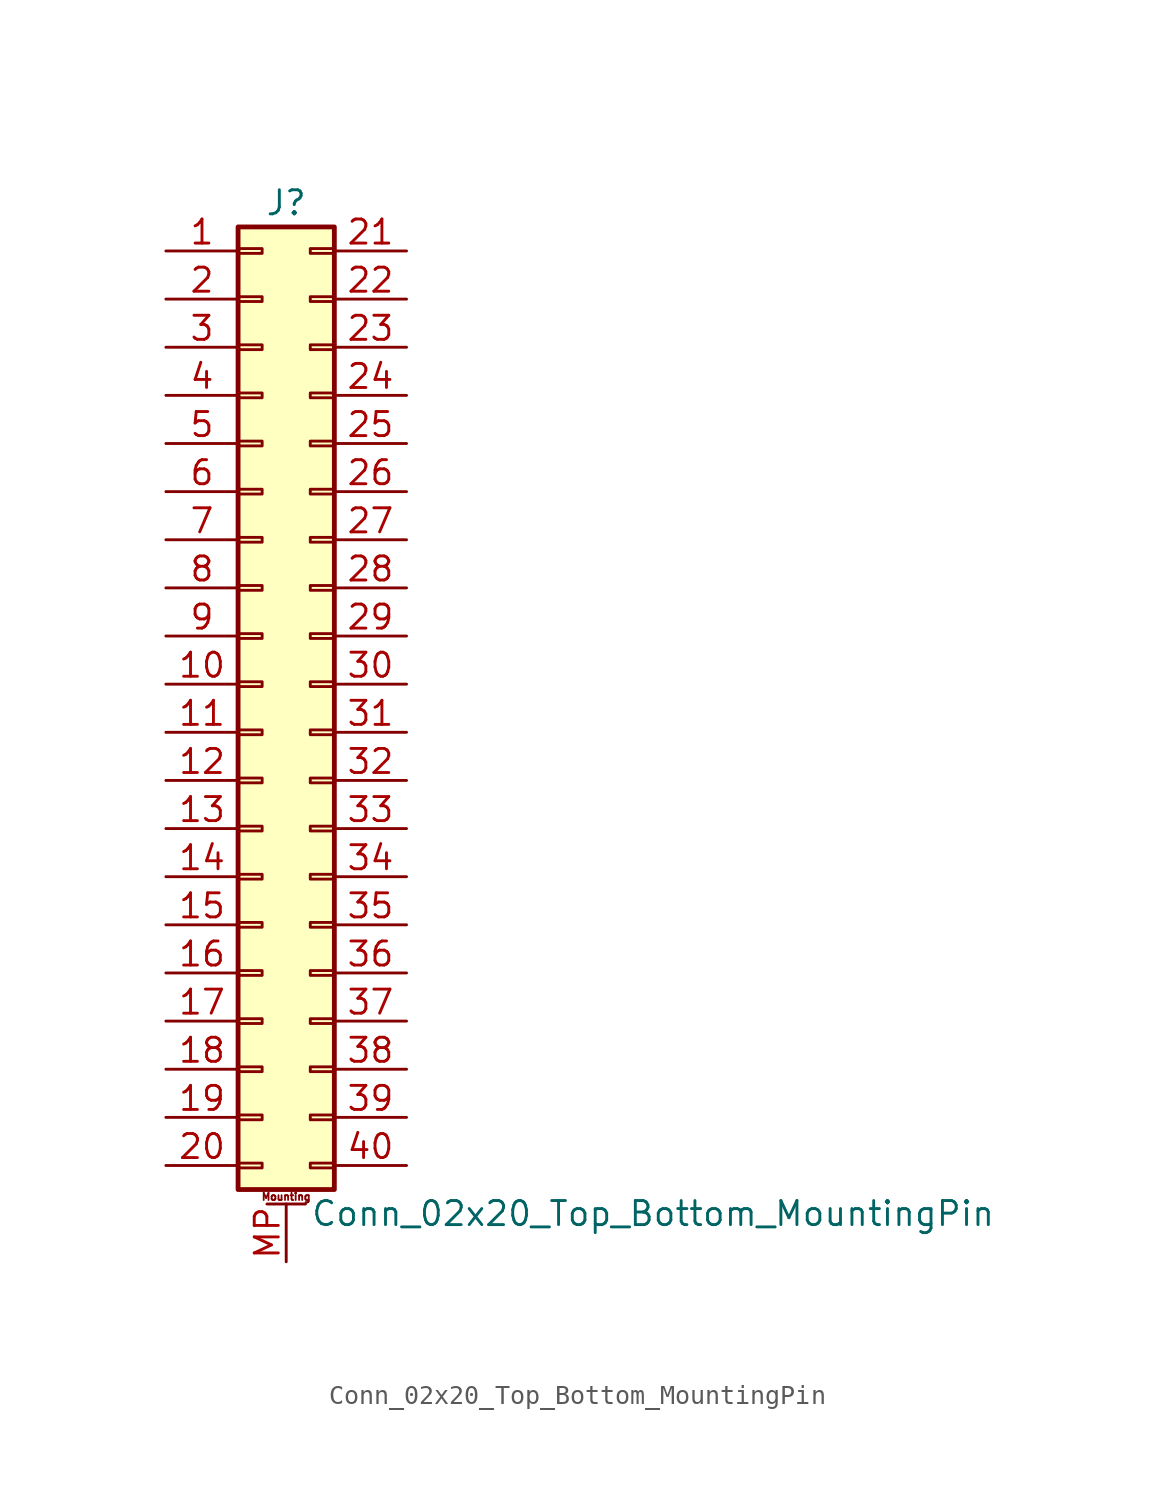
<source format=kicad_sym>
(kicad_symbol_lib
  (version 20201005)
  (generator kicad_symbol_editor)
  (symbol "Conn_02x20_Top_Bottom_MountingPin"
    (pin_names
      (offset 1.016) hide)
    (property "Reference" "J"
      (at 1.27 25.4 0)
      (effects (font (size 1.27 1.27))))
    (property "Value" "Conn_02x20_Top_Bottom_MountingPin"
      (at 2.54 -27.94 0)
      (effects (font (size 1.27 1.27)) (justify left)))
    (symbol "Conn_02x20_Top_Bottom_MountingPin_1_1"
      (text "Mounting" (at 1.27 -27.051 0) (effects (font (size 0.381 0.381))))
      (rectangle (start -1.27 -25.273) (end 0 -25.527) (stroke (width 0.152)) (fill (type none)))
      (rectangle (start -1.27 -22.733) (end 0 -22.987) (stroke (width 0.152)) (fill (type none)))
      (rectangle (start -1.27 -20.193) (end 0 -20.447) (stroke (width 0.152)) (fill (type none)))
      (rectangle (start -1.27 -17.653) (end 0 -17.907) (stroke (width 0.152)) (fill (type none)))
      (rectangle (start -1.27 -15.113) (end 0 -15.367) (stroke (width 0.152)) (fill (type none)))
      (rectangle (start -1.27 -12.573) (end 0 -12.827) (stroke (width 0.152)) (fill (type none)))
      (rectangle (start -1.27 -10.033) (end 0 -10.287) (stroke (width 0.152)) (fill (type none)))
      (rectangle (start -1.27 -7.493) (end 0 -7.747) (stroke (width 0.152)) (fill (type none)))
      (rectangle (start -1.27 -4.953) (end 0 -5.207) (stroke (width 0.152)) (fill (type none)))
      (rectangle (start -1.27 -2.413) (end 0 -2.667) (stroke (width 0.152)) (fill (type none)))
      (rectangle (start -1.27 0.127) (end 0 -0.127) (stroke (width 0.152)) (fill (type none)))
      (rectangle (start -1.27 2.667) (end 0 2.413) (stroke (width 0.152)) (fill (type none)))
      (rectangle (start -1.27 5.207) (end 0 4.953) (stroke (width 0.152)) (fill (type none)))
      (rectangle (start -1.27 7.747) (end 0 7.493) (stroke (width 0.152)) (fill (type none)))
      (rectangle (start -1.27 10.287) (end 0 10.033) (stroke (width 0.152)) (fill (type none)))
      (rectangle (start -1.27 12.827) (end 0 12.573) (stroke (width 0.152)) (fill (type none)))
      (rectangle (start -1.27 15.367) (end 0 15.113) (stroke (width 0.152)) (fill (type none)))
      (rectangle (start -1.27 17.907) (end 0 17.653) (stroke (width 0.152)) (fill (type none)))
      (rectangle (start -1.27 20.447) (end 0 20.193) (stroke (width 0.152)) (fill (type none)))
      (rectangle (start -1.27 22.987) (end 0 22.733) (stroke (width 0.152)) (fill (type none)))
      (rectangle (start 3.81 -25.273) (end 2.54 -25.527) (stroke (width 0.152)) (fill (type none)))
      (rectangle (start 3.81 -22.733) (end 2.54 -22.987) (stroke (width 0.152)) (fill (type none)))
      (rectangle (start 3.81 -20.193) (end 2.54 -20.447) (stroke (width 0.152)) (fill (type none)))
      (rectangle (start 3.81 -17.653) (end 2.54 -17.907) (stroke (width 0.152)) (fill (type none)))
      (rectangle (start 3.81 -15.113) (end 2.54 -15.367) (stroke (width 0.152)) (fill (type none)))
      (rectangle (start 3.81 -12.573) (end 2.54 -12.827) (stroke (width 0.152)) (fill (type none)))
      (rectangle (start 3.81 -10.033) (end 2.54 -10.287) (stroke (width 0.152)) (fill (type none)))
      (rectangle (start 3.81 -7.493) (end 2.54 -7.747) (stroke (width 0.152)) (fill (type none)))
      (rectangle (start 3.81 -4.953) (end 2.54 -5.207) (stroke (width 0.152)) (fill (type none)))
      (rectangle (start 3.81 -2.413) (end 2.54 -2.667) (stroke (width 0.152)) (fill (type none)))
      (rectangle (start 3.81 0.127) (end 2.54 -0.127) (stroke (width 0.152)) (fill (type none)))
      (rectangle (start 3.81 2.667) (end 2.54 2.413) (stroke (width 0.152)) (fill (type none)))
      (rectangle (start 3.81 5.207) (end 2.54 4.953) (stroke (width 0.152)) (fill (type none)))
      (rectangle (start 3.81 7.747) (end 2.54 7.493) (stroke (width 0.152)) (fill (type none)))
      (rectangle (start 3.81 10.287) (end 2.54 10.033) (stroke (width 0.152)) (fill (type none)))
      (rectangle (start 3.81 12.827) (end 2.54 12.573) (stroke (width 0.152)) (fill (type none)))
      (rectangle (start 3.81 15.367) (end 2.54 15.113) (stroke (width 0.152)) (fill (type none)))
      (rectangle (start 3.81 17.907) (end 2.54 17.653) (stroke (width 0.152)) (fill (type none)))
      (rectangle (start 3.81 20.447) (end 2.54 20.193) (stroke (width 0.152)) (fill (type none)))
      (rectangle (start 3.81 22.987) (end 2.54 22.733) (stroke (width 0.152)) (fill (type none)))
      (rectangle (start -1.27 24.13) (end 3.81 -26.67) (stroke (width 0.254)) (fill (type background)))
      (polyline (pts (xy 0.254 -27.432) (xy 2.286 -27.432)) (stroke (width 0.152)) (fill (type none)))
      (pin passive line (at -5.08 22.86 0) (length 3.81) (name "Pin_1" (effects (font (size 1.27 1.27)))) (number "1" (effects (font (size 1.27 1.27)))))
      (pin passive line (at -5.08 0 0) (length 3.81) (name "Pin_10" (effects (font (size 1.27 1.27)))) (number "10" (effects (font (size 1.27 1.27)))))
      (pin passive line (at -5.08 -2.54 0) (length 3.81) (name "Pin_11" (effects (font (size 1.27 1.27)))) (number "11" (effects (font (size 1.27 1.27)))))
      (pin passive line (at -5.08 -5.08 0) (length 3.81) (name "Pin_12" (effects (font (size 1.27 1.27)))) (number "12" (effects (font (size 1.27 1.27)))))
      (pin passive line (at -5.08 -7.62 0) (length 3.81) (name "Pin_13" (effects (font (size 1.27 1.27)))) (number "13" (effects (font (size 1.27 1.27)))))
      (pin passive line (at -5.08 -10.16 0) (length 3.81) (name "Pin_14" (effects (font (size 1.27 1.27)))) (number "14" (effects (font (size 1.27 1.27)))))
      (pin passive line (at -5.08 -12.7 0) (length 3.81) (name "Pin_15" (effects (font (size 1.27 1.27)))) (number "15" (effects (font (size 1.27 1.27)))))
      (pin passive line (at -5.08 -15.24 0) (length 3.81) (name "Pin_16" (effects (font (size 1.27 1.27)))) (number "16" (effects (font (size 1.27 1.27)))))
      (pin passive line (at -5.08 -17.78 0) (length 3.81) (name "Pin_17" (effects (font (size 1.27 1.27)))) (number "17" (effects (font (size 1.27 1.27)))))
      (pin passive line (at -5.08 -20.32 0) (length 3.81) (name "Pin_18" (effects (font (size 1.27 1.27)))) (number "18" (effects (font (size 1.27 1.27)))))
      (pin passive line (at -5.08 -22.86 0) (length 3.81) (name "Pin_19" (effects (font (size 1.27 1.27)))) (number "19" (effects (font (size 1.27 1.27)))))
      (pin passive line (at -5.08 20.32 0) (length 3.81) (name "Pin_2" (effects (font (size 1.27 1.27)))) (number "2" (effects (font (size 1.27 1.27)))))
      (pin passive line (at -5.08 -25.4 0) (length 3.81) (name "Pin_20" (effects (font (size 1.27 1.27)))) (number "20" (effects (font (size 1.27 1.27)))))
      (pin passive line (at 7.62 22.86 180) (length 3.81) (name "Pin_21" (effects (font (size 1.27 1.27)))) (number "21" (effects (font (size 1.27 1.27)))))
      (pin passive line (at 7.62 20.32 180) (length 3.81) (name "Pin_22" (effects (font (size 1.27 1.27)))) (number "22" (effects (font (size 1.27 1.27)))))
      (pin passive line (at 7.62 17.78 180) (length 3.81) (name "Pin_23" (effects (font (size 1.27 1.27)))) (number "23" (effects (font (size 1.27 1.27)))))
      (pin passive line (at 7.62 15.24 180) (length 3.81) (name "Pin_24" (effects (font (size 1.27 1.27)))) (number "24" (effects (font (size 1.27 1.27)))))
      (pin passive line (at 7.62 12.7 180) (length 3.81) (name "Pin_25" (effects (font (size 1.27 1.27)))) (number "25" (effects (font (size 1.27 1.27)))))
      (pin passive line (at 7.62 10.16 180) (length 3.81) (name "Pin_26" (effects (font (size 1.27 1.27)))) (number "26" (effects (font (size 1.27 1.27)))))
      (pin passive line (at 7.62 7.62 180) (length 3.81) (name "Pin_27" (effects (font (size 1.27 1.27)))) (number "27" (effects (font (size 1.27 1.27)))))
      (pin passive line (at 7.62 5.08 180) (length 3.81) (name "Pin_28" (effects (font (size 1.27 1.27)))) (number "28" (effects (font (size 1.27 1.27)))))
      (pin passive line (at 7.62 2.54 180) (length 3.81) (name "Pin_29" (effects (font (size 1.27 1.27)))) (number "29" (effects (font (size 1.27 1.27)))))
      (pin passive line (at -5.08 17.78 0) (length 3.81) (name "Pin_3" (effects (font (size 1.27 1.27)))) (number "3" (effects (font (size 1.27 1.27)))))
      (pin passive line (at 7.62 0 180) (length 3.81) (name "Pin_30" (effects (font (size 1.27 1.27)))) (number "30" (effects (font (size 1.27 1.27)))))
      (pin passive line (at 7.62 -2.54 180) (length 3.81) (name "Pin_31" (effects (font (size 1.27 1.27)))) (number "31" (effects (font (size 1.27 1.27)))))
      (pin passive line (at 7.62 -5.08 180) (length 3.81) (name "Pin_32" (effects (font (size 1.27 1.27)))) (number "32" (effects (font (size 1.27 1.27)))))
      (pin passive line (at 7.62 -7.62 180) (length 3.81) (name "Pin_33" (effects (font (size 1.27 1.27)))) (number "33" (effects (font (size 1.27 1.27)))))
      (pin passive line (at 7.62 -10.16 180) (length 3.81) (name "Pin_34" (effects (font (size 1.27 1.27)))) (number "34" (effects (font (size 1.27 1.27)))))
      (pin passive line (at 7.62 -12.7 180) (length 3.81) (name "Pin_35" (effects (font (size 1.27 1.27)))) (number "35" (effects (font (size 1.27 1.27)))))
      (pin passive line (at 7.62 -15.24 180) (length 3.81) (name "Pin_36" (effects (font (size 1.27 1.27)))) (number "36" (effects (font (size 1.27 1.27)))))
      (pin passive line (at 7.62 -17.78 180) (length 3.81) (name "Pin_37" (effects (font (size 1.27 1.27)))) (number "37" (effects (font (size 1.27 1.27)))))
      (pin passive line (at 7.62 -20.32 180) (length 3.81) (name "Pin_38" (effects (font (size 1.27 1.27)))) (number "38" (effects (font (size 1.27 1.27)))))
      (pin passive line (at 7.62 -22.86 180) (length 3.81) (name "Pin_39" (effects (font (size 1.27 1.27)))) (number "39" (effects (font (size 1.27 1.27)))))
      (pin passive line (at -5.08 15.24 0) (length 3.81) (name "Pin_4" (effects (font (size 1.27 1.27)))) (number "4" (effects (font (size 1.27 1.27)))))
      (pin passive line (at 7.62 -25.4 180) (length 3.81) (name "Pin_40" (effects (font (size 1.27 1.27)))) (number "40" (effects (font (size 1.27 1.27)))))
      (pin passive line (at -5.08 12.7 0) (length 3.81) (name "Pin_5" (effects (font (size 1.27 1.27)))) (number "5" (effects (font (size 1.27 1.27)))))
      (pin passive line (at -5.08 10.16 0) (length 3.81) (name "Pin_6" (effects (font (size 1.27 1.27)))) (number "6" (effects (font (size 1.27 1.27)))))
      (pin passive line (at -5.08 7.62 0) (length 3.81) (name "Pin_7" (effects (font (size 1.27 1.27)))) (number "7" (effects (font (size 1.27 1.27)))))
      (pin passive line (at -5.08 5.08 0) (length 3.81) (name "Pin_8" (effects (font (size 1.27 1.27)))) (number "8" (effects (font (size 1.27 1.27)))))
      (pin passive line (at -5.08 2.54 0) (length 3.81) (name "Pin_9" (effects (font (size 1.27 1.27)))) (number "9" (effects (font (size 1.27 1.27)))))
      (pin passive line (at 1.27 -30.48 90) (length 3.048) (name "MountPin" (effects (font (size 1.27 1.27)))) (number "MP" (effects (font (size 1.27 1.27))))))))
</source>
